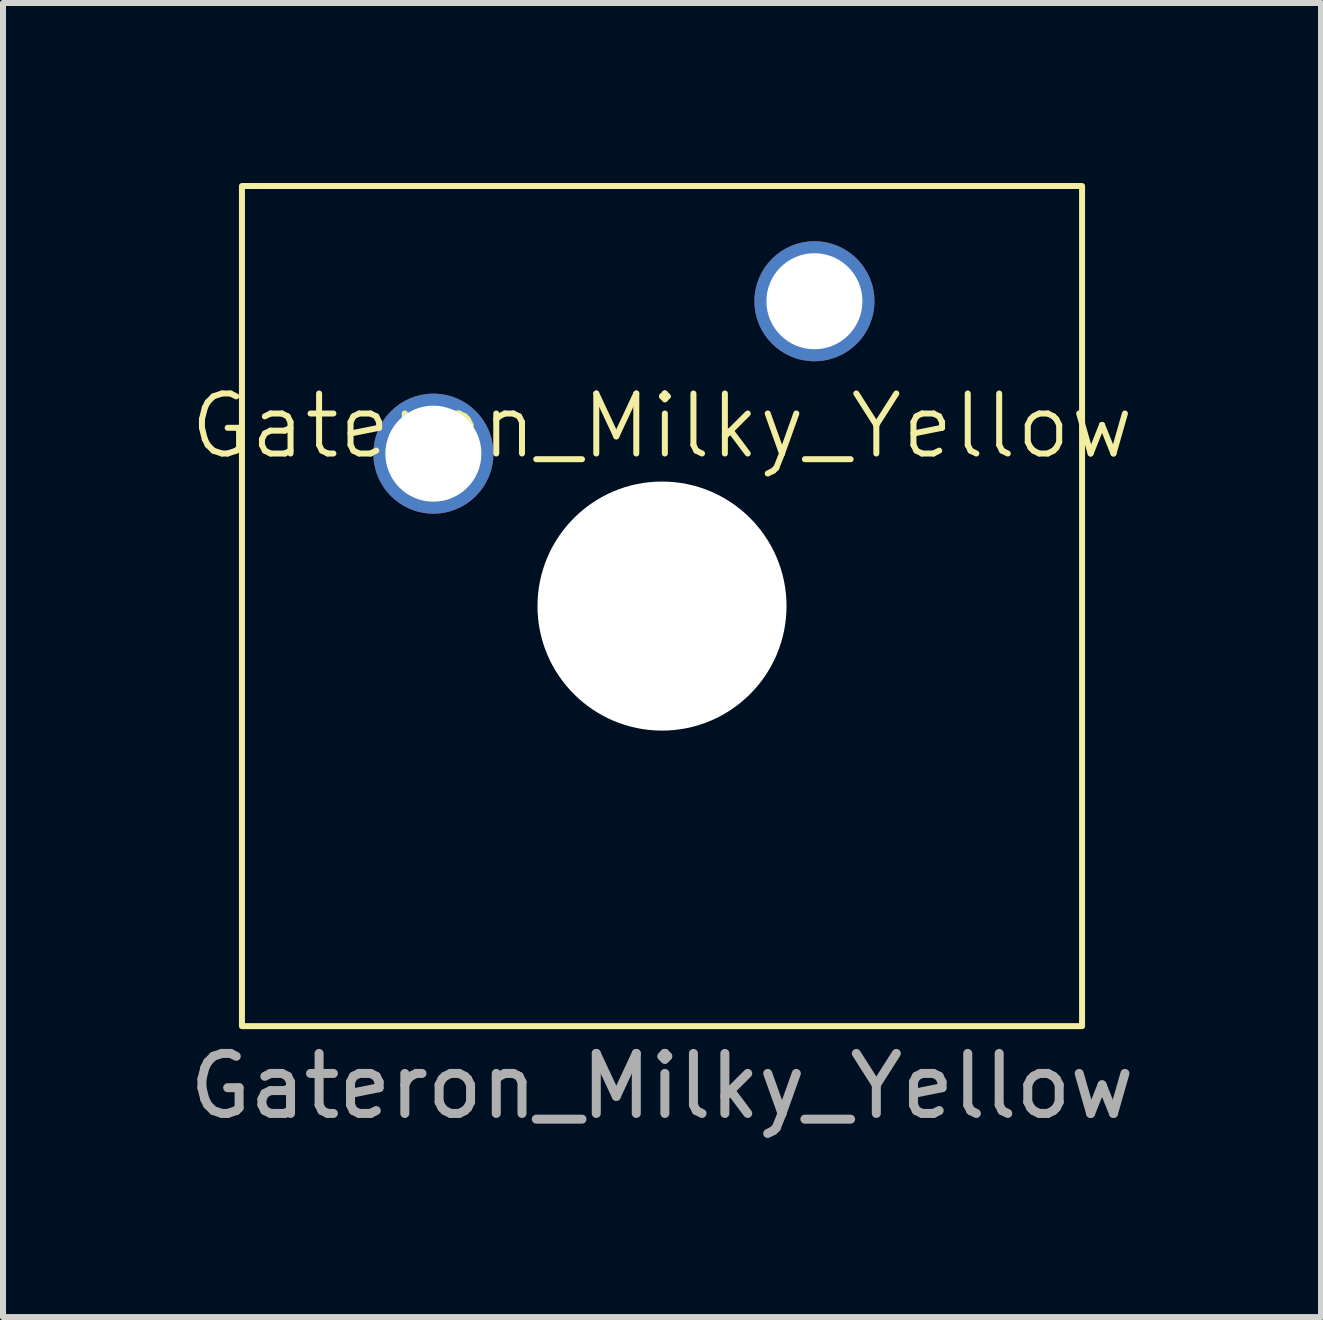
<source format=kicad_pcb>
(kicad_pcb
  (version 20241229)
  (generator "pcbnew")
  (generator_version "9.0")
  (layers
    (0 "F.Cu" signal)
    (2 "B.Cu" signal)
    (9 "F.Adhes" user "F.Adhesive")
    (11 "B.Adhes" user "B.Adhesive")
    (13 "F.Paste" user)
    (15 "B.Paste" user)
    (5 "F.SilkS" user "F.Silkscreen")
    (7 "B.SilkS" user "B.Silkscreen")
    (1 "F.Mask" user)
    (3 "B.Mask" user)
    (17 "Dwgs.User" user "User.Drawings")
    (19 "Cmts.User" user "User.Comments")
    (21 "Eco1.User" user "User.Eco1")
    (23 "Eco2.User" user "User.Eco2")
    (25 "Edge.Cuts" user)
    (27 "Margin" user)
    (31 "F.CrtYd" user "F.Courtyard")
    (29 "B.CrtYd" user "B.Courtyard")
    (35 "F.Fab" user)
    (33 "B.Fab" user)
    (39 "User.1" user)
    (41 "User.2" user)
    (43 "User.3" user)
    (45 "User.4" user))
  (footprint "Gateron_Milky_Yellow"
    (layer "F.Cu")
    (at 7.982 7.05)
    (property "Reference" "Gateron_Milky_Yellow" (at 0 -3 0) (unlocked yes) (layer "F.SilkS") (effects (font (size 1 1) (thickness 0.1))))
    (attr through_hole)
    (fp_rect (start 7 -7) (end -7 7) (stroke (width 0.1) (type default)) (fill no) (layer "F.SilkS"))
    (fp_text user "${REFERENCE}" (at 0 8 0) (unlocked yes) (layer "F.Fab") (effects (font (size 1 1) (thickness 0.15))))
    (pad "" np_thru_hole circle (at 0 0) (size 4.15 4.15) (drill 4.15) (layers "*.Cu" "*.Mask"))
    (pad "1" thru_hole circle (at -3.81 -2.54) (size 2 2) (drill 1.6) (layers "*.Cu" "*.Mask"))
    (pad "2" thru_hole circle (at 2.54 -5.08) (size 2 2) (drill 1.6) (layers "*.Cu" "*.Mask")))
  (gr_rect
    (start -3 -3)
    (end 18.964 18.898)
    (stroke (width 0.1) (type default))
    (fill no)
    (layer "Edge.Cuts")))
</source>
